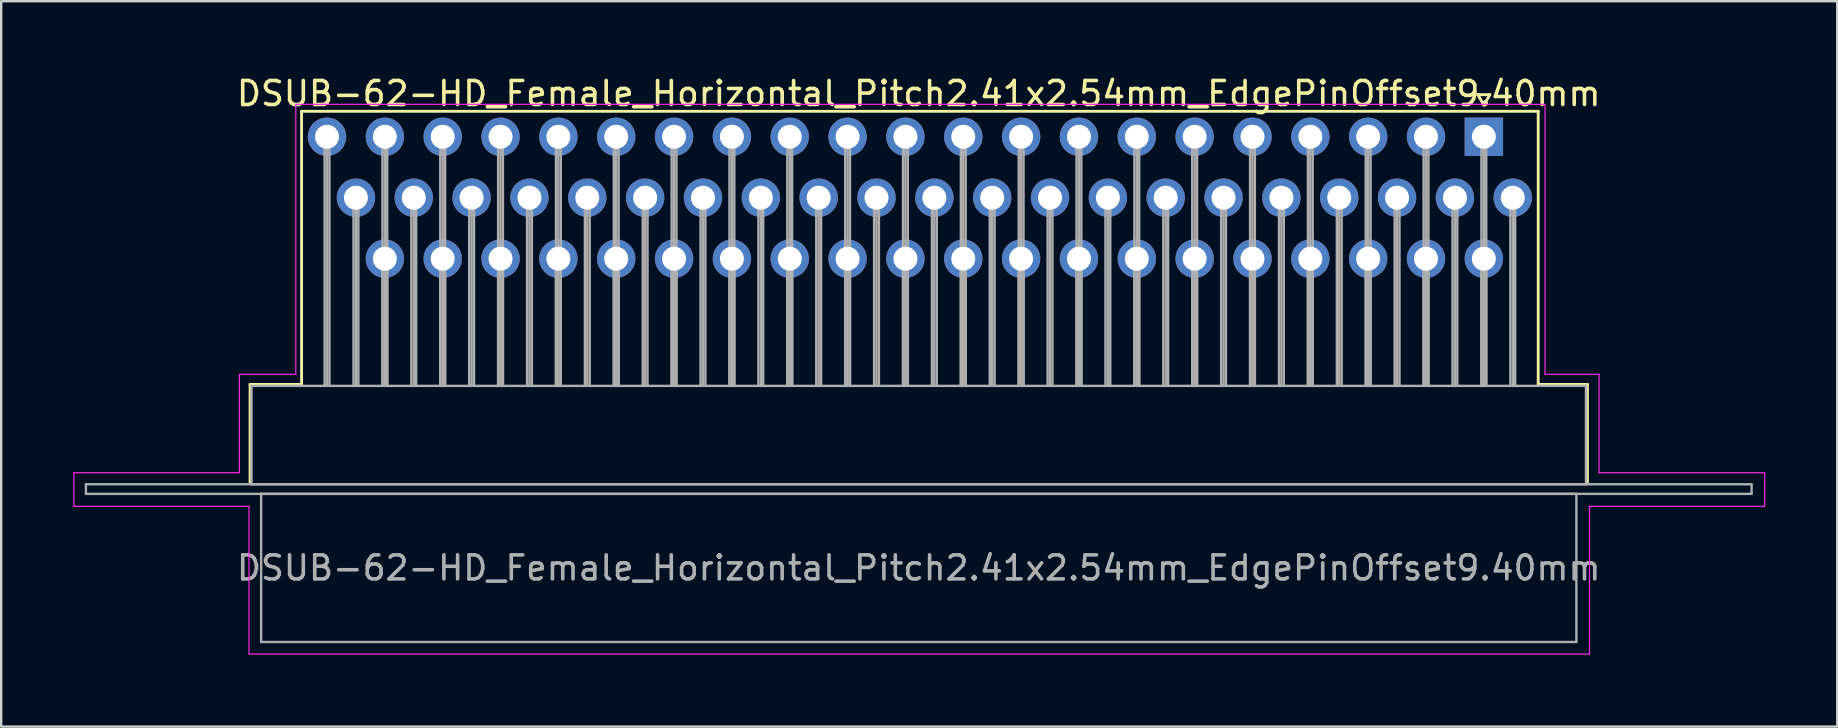
<source format=kicad_pcb>
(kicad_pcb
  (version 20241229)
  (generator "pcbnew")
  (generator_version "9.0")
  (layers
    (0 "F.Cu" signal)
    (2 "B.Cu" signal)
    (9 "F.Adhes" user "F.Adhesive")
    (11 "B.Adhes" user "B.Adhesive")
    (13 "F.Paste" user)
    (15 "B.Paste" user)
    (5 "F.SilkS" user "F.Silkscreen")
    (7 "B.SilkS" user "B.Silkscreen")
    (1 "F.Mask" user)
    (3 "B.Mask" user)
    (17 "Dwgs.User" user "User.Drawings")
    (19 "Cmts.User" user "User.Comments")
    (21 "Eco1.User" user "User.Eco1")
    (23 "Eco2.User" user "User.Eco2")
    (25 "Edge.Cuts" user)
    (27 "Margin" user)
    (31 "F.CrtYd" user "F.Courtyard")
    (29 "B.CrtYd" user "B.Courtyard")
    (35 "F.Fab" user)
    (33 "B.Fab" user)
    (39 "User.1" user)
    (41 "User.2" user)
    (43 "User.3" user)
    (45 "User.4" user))
  (footprint "DSUB-62-HD_Female_Horizontal_Pitch2.41x2.54mm_EdgePinOffset9.40mm"
    (layer "F.Cu")
    (at 58.775 2.648)
    (property "Reference" "DSUB-62-HD_Female_Horizontal_Pitch2.41x2.54mm_EdgePinOffset9.40mm" (at -23.545 -1.8 0) (layer "F.SilkS") (effects (font (size 1 1) (thickness 0.15))))
    (attr through_hole)
    (fp_line (start -51.405 10.32) (end -49.26 10.32) (stroke (width 0.12) (type solid)) (layer "F.SilkS"))
    (fp_line (start -51.405 14.42) (end -51.405 10.32) (stroke (width 0.12) (type solid)) (layer "F.SilkS"))
    (fp_line (start -49.26 -1.06) (end 2.265 -1.06) (stroke (width 0.12) (type solid)) (layer "F.SilkS"))
    (fp_line (start -49.26 10.32) (end -49.26 -1.06) (stroke (width 0.12) (type solid)) (layer "F.SilkS"))
    (fp_line (start -0.25 -1.754) (end 0.25 -1.754) (stroke (width 0.12) (type solid)) (layer "F.SilkS"))
    (fp_line (start 0 -1.321) (end -0.25 -1.754) (stroke (width 0.12) (type solid)) (layer "F.SilkS"))
    (fp_line (start 0.25 -1.754) (end 0 -1.321) (stroke (width 0.12) (type solid)) (layer "F.SilkS"))
    (fp_line (start 2.265 -1.06) (end 2.265 10.32) (stroke (width 0.12) (type solid)) (layer "F.SilkS"))
    (fp_line (start 2.265 10.32) (end 4.315 10.32) (stroke (width 0.12) (type solid)) (layer "F.SilkS"))
    (fp_line (start 4.315 10.32) (end 4.315 14.42) (stroke (width 0.12) (type solid)) (layer "F.SilkS"))
    (fp_line (start -58.75 14) (end -51.85 14) (stroke (width 0.05) (type solid)) (layer "F.CrtYd"))
    (fp_line (start -58.75 15.4) (end -58.75 14) (stroke (width 0.05) (type solid)) (layer "F.CrtYd"))
    (fp_line (start -51.85 9.9) (end -49.5 9.9) (stroke (width 0.05) (type solid)) (layer "F.CrtYd"))
    (fp_line (start -51.85 14) (end -51.85 9.9) (stroke (width 0.05) (type solid)) (layer "F.CrtYd"))
    (fp_line (start -51.45 15.4) (end -58.75 15.4) (stroke (width 0.05) (type solid)) (layer "F.CrtYd"))
    (fp_line (start -51.45 21.55) (end -51.45 15.4) (stroke (width 0.05) (type solid)) (layer "F.CrtYd"))
    (fp_line (start -49.5 -1.35) (end 2.55 -1.35) (stroke (width 0.05) (type solid)) (layer "F.CrtYd"))
    (fp_line (start -49.5 9.9) (end -49.5 -1.35) (stroke (width 0.05) (type solid)) (layer "F.CrtYd"))
    (fp_line (start 2.55 -1.35) (end 2.55 9.9) (stroke (width 0.05) (type solid)) (layer "F.CrtYd"))
    (fp_line (start 2.55 9.9) (end 4.8 9.9) (stroke (width 0.05) (type solid)) (layer "F.CrtYd"))
    (fp_line (start 4.4 15.4) (end 4.4 21.55) (stroke (width 0.05) (type solid)) (layer "F.CrtYd"))
    (fp_line (start 4.4 21.55) (end -51.45 21.55) (stroke (width 0.05) (type solid)) (layer "F.CrtYd"))
    (fp_line (start 4.8 9.9) (end 4.8 14) (stroke (width 0.05) (type solid)) (layer "F.CrtYd"))
    (fp_line (start 4.8 14) (end 11.7 14) (stroke (width 0.05) (type solid)) (layer "F.CrtYd"))
    (fp_line (start 11.7 14) (end 11.7 15.4) (stroke (width 0.05) (type solid)) (layer "F.CrtYd"))
    (fp_line (start 11.7 15.4) (end 4.4 15.4) (stroke (width 0.05) (type solid)) (layer "F.CrtYd"))
    (fp_line (start -58.245 14.48) (end -58.245 14.88) (stroke (width 0.1) (type solid)) (layer "F.Fab"))
    (fp_line (start -58.245 14.88) (end 11.155 14.88) (stroke (width 0.1) (type solid)) (layer "F.Fab"))
    (fp_line (start -51.345 10.38) (end -51.345 14.48) (stroke (width 0.1) (type solid)) (layer "F.Fab"))
    (fp_line (start -51.345 14.48) (end 4.255 14.48) (stroke (width 0.1) (type solid)) (layer "F.Fab"))
    (fp_line (start -50.945 14.88) (end -50.945 21.05) (stroke (width 0.1) (type solid)) (layer "F.Fab"))
    (fp_line (start -50.945 21.05) (end 3.855 21.05) (stroke (width 0.1) (type solid)) (layer "F.Fab"))
    (fp_line (start -48.3 0) (end -48.3 10.38) (stroke (width 0.1) (type solid)) (layer "F.Fab"))
    (fp_line (start -48.2 0) (end -48.2 10.38) (stroke (width 0.1) (type solid)) (layer "F.Fab"))
    (fp_line (start -48.1 0) (end -48.1 10.38) (stroke (width 0.1) (type solid)) (layer "F.Fab"))
    (fp_line (start -47.095 2.54) (end -47.095 10.38) (stroke (width 0.1) (type solid)) (layer "F.Fab"))
    (fp_line (start -46.995 2.54) (end -46.995 10.38) (stroke (width 0.1) (type solid)) (layer "F.Fab"))
    (fp_line (start -46.895 2.54) (end -46.895 10.38) (stroke (width 0.1) (type solid)) (layer "F.Fab"))
    (fp_line (start -45.89 0) (end -45.89 10.38) (stroke (width 0.1) (type solid)) (layer "F.Fab"))
    (fp_line (start -45.89 5.08) (end -45.89 10.38) (stroke (width 0.1) (type solid)) (layer "F.Fab"))
    (fp_line (start -45.79 0) (end -45.79 10.38) (stroke (width 0.1) (type solid)) (layer "F.Fab"))
    (fp_line (start -45.79 5.08) (end -45.79 10.38) (stroke (width 0.1) (type solid)) (layer "F.Fab"))
    (fp_line (start -45.69 0) (end -45.69 10.38) (stroke (width 0.1) (type solid)) (layer "F.Fab"))
    (fp_line (start -45.69 5.08) (end -45.69 10.38) (stroke (width 0.1) (type solid)) (layer "F.Fab"))
    (fp_line (start -44.685 2.54) (end -44.685 10.38) (stroke (width 0.1) (type solid)) (layer "F.Fab"))
    (fp_line (start -44.585 2.54) (end -44.585 10.38) (stroke (width 0.1) (type solid)) (layer "F.Fab"))
    (fp_line (start -44.485 2.54) (end -44.485 10.38) (stroke (width 0.1) (type solid)) (layer "F.Fab"))
    (fp_line (start -43.48 0) (end -43.48 10.38) (stroke (width 0.1) (type solid)) (layer "F.Fab"))
    (fp_line (start -43.48 5.08) (end -43.48 10.38) (stroke (width 0.1) (type solid)) (layer "F.Fab"))
    (fp_line (start -43.38 0) (end -43.38 10.38) (stroke (width 0.1) (type solid)) (layer "F.Fab"))
    (fp_line (start -43.38 5.08) (end -43.38 10.38) (stroke (width 0.1) (type solid)) (layer "F.Fab"))
    (fp_line (start -43.28 0) (end -43.28 10.38) (stroke (width 0.1) (type solid)) (layer "F.Fab"))
    (fp_line (start -43.28 5.08) (end -43.28 10.38) (stroke (width 0.1) (type solid)) (layer "F.Fab"))
    (fp_line (start -42.275 2.54) (end -42.275 10.38) (stroke (width 0.1) (type solid)) (layer "F.Fab"))
    (fp_line (start -42.175 2.54) (end -42.175 10.38) (stroke (width 0.1) (type solid)) (layer "F.Fab"))
    (fp_line (start -42.075 2.54) (end -42.075 10.38) (stroke (width 0.1) (type solid)) (layer "F.Fab"))
    (fp_line (start -41.07 0) (end -41.07 10.38) (stroke (width 0.1) (type solid)) (layer "F.Fab"))
    (fp_line (start -41.07 5.08) (end -41.07 10.38) (stroke (width 0.1) (type solid)) (layer "F.Fab"))
    (fp_line (start -40.97 0) (end -40.97 10.38) (stroke (width 0.1) (type solid)) (layer "F.Fab"))
    (fp_line (start -40.97 5.08) (end -40.97 10.38) (stroke (width 0.1) (type solid)) (layer "F.Fab"))
    (fp_line (start -40.87 0) (end -40.87 10.38) (stroke (width 0.1) (type solid)) (layer "F.Fab"))
    (fp_line (start -40.87 5.08) (end -40.87 10.38) (stroke (width 0.1) (type solid)) (layer "F.Fab"))
    (fp_line (start -39.865 2.54) (end -39.865 10.38) (stroke (width 0.1) (type solid)) (layer "F.Fab"))
    (fp_line (start -39.765 2.54) (end -39.765 10.38) (stroke (width 0.1) (type solid)) (layer "F.Fab"))
    (fp_line (start -39.665 2.54) (end -39.665 10.38) (stroke (width 0.1) (type solid)) (layer "F.Fab"))
    (fp_line (start -38.66 0) (end -38.66 10.38) (stroke (width 0.1) (type solid)) (layer "F.Fab"))
    (fp_line (start -38.66 5.08) (end -38.66 10.38) (stroke (width 0.1) (type solid)) (layer "F.Fab"))
    (fp_line (start -38.56 0) (end -38.56 10.38) (stroke (width 0.1) (type solid)) (layer "F.Fab"))
    (fp_line (start -38.56 5.08) (end -38.56 10.38) (stroke (width 0.1) (type solid)) (layer "F.Fab"))
    (fp_line (start -38.46 0) (end -38.46 10.38) (stroke (width 0.1) (type solid)) (layer "F.Fab"))
    (fp_line (start -38.46 5.08) (end -38.46 10.38) (stroke (width 0.1) (type solid)) (layer "F.Fab"))
    (fp_line (start -37.455 2.54) (end -37.455 10.38) (stroke (width 0.1) (type solid)) (layer "F.Fab"))
    (fp_line (start -37.355 2.54) (end -37.355 10.38) (stroke (width 0.1) (type solid)) (layer "F.Fab"))
    (fp_line (start -37.255 2.54) (end -37.255 10.38) (stroke (width 0.1) (type solid)) (layer "F.Fab"))
    (fp_line (start -36.25 0) (end -36.25 10.38) (stroke (width 0.1) (type solid)) (layer "F.Fab"))
    (fp_line (start -36.25 5.08) (end -36.25 10.38) (stroke (width 0.1) (type solid)) (layer "F.Fab"))
    (fp_line (start -36.15 0) (end -36.15 10.38) (stroke (width 0.1) (type solid)) (layer "F.Fab"))
    (fp_line (start -36.15 5.08) (end -36.15 10.38) (stroke (width 0.1) (type solid)) (layer "F.Fab"))
    (fp_line (start -36.05 0) (end -36.05 10.38) (stroke (width 0.1) (type solid)) (layer "F.Fab"))
    (fp_line (start -36.05 5.08) (end -36.05 10.38) (stroke (width 0.1) (type solid)) (layer "F.Fab"))
    (fp_line (start -35.045 2.54) (end -35.045 10.38) (stroke (width 0.1) (type solid)) (layer "F.Fab"))
    (fp_line (start -34.945 2.54) (end -34.945 10.38) (stroke (width 0.1) (type solid)) (layer "F.Fab"))
    (fp_line (start -34.845 2.54) (end -34.845 10.38) (stroke (width 0.1) (type solid)) (layer "F.Fab"))
    (fp_line (start -33.84 0) (end -33.84 10.38) (stroke (width 0.1) (type solid)) (layer "F.Fab"))
    (fp_line (start -33.84 5.08) (end -33.84 10.38) (stroke (width 0.1) (type solid)) (layer "F.Fab"))
    (fp_line (start -33.74 0) (end -33.74 10.38) (stroke (width 0.1) (type solid)) (layer "F.Fab"))
    (fp_line (start -33.74 5.08) (end -33.74 10.38) (stroke (width 0.1) (type solid)) (layer "F.Fab"))
    (fp_line (start -33.64 0) (end -33.64 10.38) (stroke (width 0.1) (type solid)) (layer "F.Fab"))
    (fp_line (start -33.64 5.08) (end -33.64 10.38) (stroke (width 0.1) (type solid)) (layer "F.Fab"))
    (fp_line (start -32.635 2.54) (end -32.635 10.38) (stroke (width 0.1) (type solid)) (layer "F.Fab"))
    (fp_line (start -32.535 2.54) (end -32.535 10.38) (stroke (width 0.1) (type solid)) (layer "F.Fab"))
    (fp_line (start -32.435 2.54) (end -32.435 10.38) (stroke (width 0.1) (type solid)) (layer "F.Fab"))
    (fp_line (start -31.43 0) (end -31.43 10.38) (stroke (width 0.1) (type solid)) (layer "F.Fab"))
    (fp_line (start -31.43 5.08) (end -31.43 10.38) (stroke (width 0.1) (type solid)) (layer "F.Fab"))
    (fp_line (start -31.33 0) (end -31.33 10.38) (stroke (width 0.1) (type solid)) (layer "F.Fab"))
    (fp_line (start -31.33 5.08) (end -31.33 10.38) (stroke (width 0.1) (type solid)) (layer "F.Fab"))
    (fp_line (start -31.23 0) (end -31.23 10.38) (stroke (width 0.1) (type solid)) (layer "F.Fab"))
    (fp_line (start -31.23 5.08) (end -31.23 10.38) (stroke (width 0.1) (type solid)) (layer "F.Fab"))
    (fp_line (start -30.225 2.54) (end -30.225 10.38) (stroke (width 0.1) (type solid)) (layer "F.Fab"))
    (fp_line (start -30.125 2.54) (end -30.125 10.38) (stroke (width 0.1) (type solid)) (layer "F.Fab"))
    (fp_line (start -30.025 2.54) (end -30.025 10.38) (stroke (width 0.1) (type solid)) (layer "F.Fab"))
    (fp_line (start -29.02 0) (end -29.02 10.38) (stroke (width 0.1) (type solid)) (layer "F.Fab"))
    (fp_line (start -29.02 5.08) (end -29.02 10.38) (stroke (width 0.1) (type solid)) (layer "F.Fab"))
    (fp_line (start -28.92 0) (end -28.92 10.38) (stroke (width 0.1) (type solid)) (layer "F.Fab"))
    (fp_line (start -28.92 5.08) (end -28.92 10.38) (stroke (width 0.1) (type solid)) (layer "F.Fab"))
    (fp_line (start -28.82 0) (end -28.82 10.38) (stroke (width 0.1) (type solid)) (layer "F.Fab"))
    (fp_line (start -28.82 5.08) (end -28.82 10.38) (stroke (width 0.1) (type solid)) (layer "F.Fab"))
    (fp_line (start -27.815 2.54) (end -27.815 10.38) (stroke (width 0.1) (type solid)) (layer "F.Fab"))
    (fp_line (start -27.715 2.54) (end -27.715 10.38) (stroke (width 0.1) (type solid)) (layer "F.Fab"))
    (fp_line (start -27.615 2.54) (end -27.615 10.38) (stroke (width 0.1) (type solid)) (layer "F.Fab"))
    (fp_line (start -26.61 0) (end -26.61 10.38) (stroke (width 0.1) (type solid)) (layer "F.Fab"))
    (fp_line (start -26.61 5.08) (end -26.61 10.38) (stroke (width 0.1) (type solid)) (layer "F.Fab"))
    (fp_line (start -26.51 0) (end -26.51 10.38) (stroke (width 0.1) (type solid)) (layer "F.Fab"))
    (fp_line (start -26.51 5.08) (end -26.51 10.38) (stroke (width 0.1) (type solid)) (layer "F.Fab"))
    (fp_line (start -26.41 0) (end -26.41 10.38) (stroke (width 0.1) (type solid)) (layer "F.Fab"))
    (fp_line (start -26.41 5.08) (end -26.41 10.38) (stroke (width 0.1) (type solid)) (layer "F.Fab"))
    (fp_line (start -25.405 2.54) (end -25.405 10.38) (stroke (width 0.1) (type solid)) (layer "F.Fab"))
    (fp_line (start -25.305 2.54) (end -25.305 10.38) (stroke (width 0.1) (type solid)) (layer "F.Fab"))
    (fp_line (start -25.205 2.54) (end -25.205 10.38) (stroke (width 0.1) (type solid)) (layer "F.Fab"))
    (fp_line (start -24.2 0) (end -24.2 10.38) (stroke (width 0.1) (type solid)) (layer "F.Fab"))
    (fp_line (start -24.2 5.08) (end -24.2 10.38) (stroke (width 0.1) (type solid)) (layer "F.Fab"))
    (fp_line (start -24.1 0) (end -24.1 10.38) (stroke (width 0.1) (type solid)) (layer "F.Fab"))
    (fp_line (start -24.1 5.08) (end -24.1 10.38) (stroke (width 0.1) (type solid)) (layer "F.Fab"))
    (fp_line (start -24 0) (end -24 10.38) (stroke (width 0.1) (type solid)) (layer "F.Fab"))
    (fp_line (start -24 5.08) (end -24 10.38) (stroke (width 0.1) (type solid)) (layer "F.Fab"))
    (fp_line (start -22.995 2.54) (end -22.995 10.38) (stroke (width 0.1) (type solid)) (layer "F.Fab"))
    (fp_line (start -22.895 2.54) (end -22.895 10.38) (stroke (width 0.1) (type solid)) (layer "F.Fab"))
    (fp_line (start -22.795 2.54) (end -22.795 10.38) (stroke (width 0.1) (type solid)) (layer "F.Fab"))
    (fp_line (start -21.79 0) (end -21.79 10.38) (stroke (width 0.1) (type solid)) (layer "F.Fab"))
    (fp_line (start -21.79 5.08) (end -21.79 10.38) (stroke (width 0.1) (type solid)) (layer "F.Fab"))
    (fp_line (start -21.69 0) (end -21.69 10.38) (stroke (width 0.1) (type solid)) (layer "F.Fab"))
    (fp_line (start -21.69 5.08) (end -21.69 10.38) (stroke (width 0.1) (type solid)) (layer "F.Fab"))
    (fp_line (start -21.59 0) (end -21.59 10.38) (stroke (width 0.1) (type solid)) (layer "F.Fab"))
    (fp_line (start -21.59 5.08) (end -21.59 10.38) (stroke (width 0.1) (type solid)) (layer "F.Fab"))
    (fp_line (start -20.585 2.54) (end -20.585 10.38) (stroke (width 0.1) (type solid)) (layer "F.Fab"))
    (fp_line (start -20.485 2.54) (end -20.485 10.38) (stroke (width 0.1) (type solid)) (layer "F.Fab"))
    (fp_line (start -20.385 2.54) (end -20.385 10.38) (stroke (width 0.1) (type solid)) (layer "F.Fab"))
    (fp_line (start -19.38 0) (end -19.38 10.38) (stroke (width 0.1) (type solid)) (layer "F.Fab"))
    (fp_line (start -19.38 5.08) (end -19.38 10.38) (stroke (width 0.1) (type solid)) (layer "F.Fab"))
    (fp_line (start -19.28 0) (end -19.28 10.38) (stroke (width 0.1) (type solid)) (layer "F.Fab"))
    (fp_line (start -19.28 5.08) (end -19.28 10.38) (stroke (width 0.1) (type solid)) (layer "F.Fab"))
    (fp_line (start -19.18 0) (end -19.18 10.38) (stroke (width 0.1) (type solid)) (layer "F.Fab"))
    (fp_line (start -19.18 5.08) (end -19.18 10.38) (stroke (width 0.1) (type solid)) (layer "F.Fab"))
    (fp_line (start -18.175 2.54) (end -18.175 10.38) (stroke (width 0.1) (type solid)) (layer "F.Fab"))
    (fp_line (start -18.075 2.54) (end -18.075 10.38) (stroke (width 0.1) (type solid)) (layer "F.Fab"))
    (fp_line (start -17.975 2.54) (end -17.975 10.38) (stroke (width 0.1) (type solid)) (layer "F.Fab"))
    (fp_line (start -16.97 0) (end -16.97 10.38) (stroke (width 0.1) (type solid)) (layer "F.Fab"))
    (fp_line (start -16.97 5.08) (end -16.97 10.38) (stroke (width 0.1) (type solid)) (layer "F.Fab"))
    (fp_line (start -16.87 0) (end -16.87 10.38) (stroke (width 0.1) (type solid)) (layer "F.Fab"))
    (fp_line (start -16.87 5.08) (end -16.87 10.38) (stroke (width 0.1) (type solid)) (layer "F.Fab"))
    (fp_line (start -16.77 0) (end -16.77 10.38) (stroke (width 0.1) (type solid)) (layer "F.Fab"))
    (fp_line (start -16.77 5.08) (end -16.77 10.38) (stroke (width 0.1) (type solid)) (layer "F.Fab"))
    (fp_line (start -15.765 2.54) (end -15.765 10.38) (stroke (width 0.1) (type solid)) (layer "F.Fab"))
    (fp_line (start -15.665 2.54) (end -15.665 10.38) (stroke (width 0.1) (type solid)) (layer "F.Fab"))
    (fp_line (start -15.565 2.54) (end -15.565 10.38) (stroke (width 0.1) (type solid)) (layer "F.Fab"))
    (fp_line (start -14.56 0) (end -14.56 10.38) (stroke (width 0.1) (type solid)) (layer "F.Fab"))
    (fp_line (start -14.56 5.08) (end -14.56 10.38) (stroke (width 0.1) (type solid)) (layer "F.Fab"))
    (fp_line (start -14.46 0) (end -14.46 10.38) (stroke (width 0.1) (type solid)) (layer "F.Fab"))
    (fp_line (start -14.46 5.08) (end -14.46 10.38) (stroke (width 0.1) (type solid)) (layer "F.Fab"))
    (fp_line (start -14.36 0) (end -14.36 10.38) (stroke (width 0.1) (type solid)) (layer "F.Fab"))
    (fp_line (start -14.36 5.08) (end -14.36 10.38) (stroke (width 0.1) (type solid)) (layer "F.Fab"))
    (fp_line (start -13.355 2.54) (end -13.355 10.38) (stroke (width 0.1) (type solid)) (layer "F.Fab"))
    (fp_line (start -13.255 2.54) (end -13.255 10.38) (stroke (width 0.1) (type solid)) (layer "F.Fab"))
    (fp_line (start -13.155 2.54) (end -13.155 10.38) (stroke (width 0.1) (type solid)) (layer "F.Fab"))
    (fp_line (start -12.15 0) (end -12.15 10.38) (stroke (width 0.1) (type solid)) (layer "F.Fab"))
    (fp_line (start -12.15 5.08) (end -12.15 10.38) (stroke (width 0.1) (type solid)) (layer "F.Fab"))
    (fp_line (start -12.05 0) (end -12.05 10.38) (stroke (width 0.1) (type solid)) (layer "F.Fab"))
    (fp_line (start -12.05 5.08) (end -12.05 10.38) (stroke (width 0.1) (type solid)) (layer "F.Fab"))
    (fp_line (start -11.95 0) (end -11.95 10.38) (stroke (width 0.1) (type solid)) (layer "F.Fab"))
    (fp_line (start -11.95 5.08) (end -11.95 10.38) (stroke (width 0.1) (type solid)) (layer "F.Fab"))
    (fp_line (start -10.945 2.54) (end -10.945 10.38) (stroke (width 0.1) (type solid)) (layer "F.Fab"))
    (fp_line (start -10.845 2.54) (end -10.845 10.38) (stroke (width 0.1) (type solid)) (layer "F.Fab"))
    (fp_line (start -10.745 2.54) (end -10.745 10.38) (stroke (width 0.1) (type solid)) (layer "F.Fab"))
    (fp_line (start -9.74 0) (end -9.74 10.38) (stroke (width 0.1) (type solid)) (layer "F.Fab"))
    (fp_line (start -9.74 5.08) (end -9.74 10.38) (stroke (width 0.1) (type solid)) (layer "F.Fab"))
    (fp_line (start -9.64 0) (end -9.64 10.38) (stroke (width 0.1) (type solid)) (layer "F.Fab"))
    (fp_line (start -9.64 5.08) (end -9.64 10.38) (stroke (width 0.1) (type solid)) (layer "F.Fab"))
    (fp_line (start -9.54 0) (end -9.54 10.38) (stroke (width 0.1) (type solid)) (layer "F.Fab"))
    (fp_line (start -9.54 5.08) (end -9.54 10.38) (stroke (width 0.1) (type solid)) (layer "F.Fab"))
    (fp_line (start -8.535 2.54) (end -8.535 10.38) (stroke (width 0.1) (type solid)) (layer "F.Fab"))
    (fp_line (start -8.435 2.54) (end -8.435 10.38) (stroke (width 0.1) (type solid)) (layer "F.Fab"))
    (fp_line (start -8.335 2.54) (end -8.335 10.38) (stroke (width 0.1) (type solid)) (layer "F.Fab"))
    (fp_line (start -7.33 0) (end -7.33 10.38) (stroke (width 0.1) (type solid)) (layer "F.Fab"))
    (fp_line (start -7.33 5.08) (end -7.33 10.38) (stroke (width 0.1) (type solid)) (layer "F.Fab"))
    (fp_line (start -7.23 0) (end -7.23 10.38) (stroke (width 0.1) (type solid)) (layer "F.Fab"))
    (fp_line (start -7.23 5.08) (end -7.23 10.38) (stroke (width 0.1) (type solid)) (layer "F.Fab"))
    (fp_line (start -7.13 0) (end -7.13 10.38) (stroke (width 0.1) (type solid)) (layer "F.Fab"))
    (fp_line (start -7.13 5.08) (end -7.13 10.38) (stroke (width 0.1) (type solid)) (layer "F.Fab"))
    (fp_line (start -6.125 2.54) (end -6.125 10.38) (stroke (width 0.1) (type solid)) (layer "F.Fab"))
    (fp_line (start -6.025 2.54) (end -6.025 10.38) (stroke (width 0.1) (type solid)) (layer "F.Fab"))
    (fp_line (start -5.925 2.54) (end -5.925 10.38) (stroke (width 0.1) (type solid)) (layer "F.Fab"))
    (fp_line (start -4.92 0) (end -4.92 10.38) (stroke (width 0.1) (type solid)) (layer "F.Fab"))
    (fp_line (start -4.92 5.08) (end -4.92 10.38) (stroke (width 0.1) (type solid)) (layer "F.Fab"))
    (fp_line (start -4.82 0) (end -4.82 10.38) (stroke (width 0.1) (type solid)) (layer "F.Fab"))
    (fp_line (start -4.82 5.08) (end -4.82 10.38) (stroke (width 0.1) (type solid)) (layer "F.Fab"))
    (fp_line (start -4.72 0) (end -4.72 10.38) (stroke (width 0.1) (type solid)) (layer "F.Fab"))
    (fp_line (start -4.72 5.08) (end -4.72 10.38) (stroke (width 0.1) (type solid)) (layer "F.Fab"))
    (fp_line (start -3.715 2.54) (end -3.715 10.38) (stroke (width 0.1) (type solid)) (layer "F.Fab"))
    (fp_line (start -3.615 2.54) (end -3.615 10.38) (stroke (width 0.1) (type solid)) (layer "F.Fab"))
    (fp_line (start -3.515 2.54) (end -3.515 10.38) (stroke (width 0.1) (type solid)) (layer "F.Fab"))
    (fp_line (start -2.51 0) (end -2.51 10.38) (stroke (width 0.1) (type solid)) (layer "F.Fab"))
    (fp_line (start -2.51 5.08) (end -2.51 10.38) (stroke (width 0.1) (type solid)) (layer "F.Fab"))
    (fp_line (start -2.41 0) (end -2.41 10.38) (stroke (width 0.1) (type solid)) (layer "F.Fab"))
    (fp_line (start -2.41 5.08) (end -2.41 10.38) (stroke (width 0.1) (type solid)) (layer "F.Fab"))
    (fp_line (start -2.31 0) (end -2.31 10.38) (stroke (width 0.1) (type solid)) (layer "F.Fab"))
    (fp_line (start -2.31 5.08) (end -2.31 10.38) (stroke (width 0.1) (type solid)) (layer "F.Fab"))
    (fp_line (start -1.305 2.54) (end -1.305 10.38) (stroke (width 0.1) (type solid)) (layer "F.Fab"))
    (fp_line (start -1.205 2.54) (end -1.205 10.38) (stroke (width 0.1) (type solid)) (layer "F.Fab"))
    (fp_line (start -1.105 2.54) (end -1.105 10.38) (stroke (width 0.1) (type solid)) (layer "F.Fab"))
    (fp_line (start -0.1 0) (end -0.1 10.38) (stroke (width 0.1) (type solid)) (layer "F.Fab"))
    (fp_line (start -0.1 5.08) (end -0.1 10.38) (stroke (width 0.1) (type solid)) (layer "F.Fab"))
    (fp_line (start 0 0) (end 0 10.38) (stroke (width 0.1) (type solid)) (layer "F.Fab"))
    (fp_line (start 0 5.08) (end 0 10.38) (stroke (width 0.1) (type solid)) (layer "F.Fab"))
    (fp_line (start 0.1 0) (end 0.1 10.38) (stroke (width 0.1) (type solid)) (layer "F.Fab"))
    (fp_line (start 0.1 5.08) (end 0.1 10.38) (stroke (width 0.1) (type solid)) (layer "F.Fab"))
    (fp_line (start 1.105 2.54) (end 1.105 10.38) (stroke (width 0.1) (type solid)) (layer "F.Fab"))
    (fp_line (start 1.205 2.54) (end 1.205 10.38) (stroke (width 0.1) (type solid)) (layer "F.Fab"))
    (fp_line (start 1.305 2.54) (end 1.305 10.38) (stroke (width 0.1) (type solid)) (layer "F.Fab"))
    (fp_line (start 3.855 14.88) (end -50.945 14.88) (stroke (width 0.1) (type solid)) (layer "F.Fab"))
    (fp_line (start 3.855 21.05) (end 3.855 14.88) (stroke (width 0.1) (type solid)) (layer "F.Fab"))
    (fp_line (start 4.255 10.38) (end -51.345 10.38) (stroke (width 0.1) (type solid)) (layer "F.Fab"))
    (fp_line (start 4.255 14.48) (end 4.255 10.38) (stroke (width 0.1) (type solid)) (layer "F.Fab"))
    (fp_line (start 11.155 14.48) (end -58.245 14.48) (stroke (width 0.1) (type solid)) (layer "F.Fab"))
    (fp_line (start 11.155 14.88) (end 11.155 14.48) (stroke (width 0.1) (type solid)) (layer "F.Fab"))
    (fp_text user "${REFERENCE}" (at -23.545 17.965 0) (layer "F.Fab") (effects (font (size 1 1) (thickness 0.15))))
    (pad "1" thru_hole rect (at 0 0) (size 1.6 1.6) (drill 1) (layers "*.Cu" "*.Mask"))
    (pad "2" thru_hole circle (at -2.41 0) (size 1.6 1.6) (drill 1) (layers "*.Cu" "*.Mask"))
    (pad "3" thru_hole circle (at -4.82 0) (size 1.6 1.6) (drill 1) (layers "*.Cu" "*.Mask"))
    (pad "4" thru_hole circle (at -7.23 0) (size 1.6 1.6) (drill 1) (layers "*.Cu" "*.Mask"))
    (pad "5" thru_hole circle (at -9.64 0) (size 1.6 1.6) (drill 1) (layers "*.Cu" "*.Mask"))
    (pad "6" thru_hole circle (at -12.05 0) (size 1.6 1.6) (drill 1) (layers "*.Cu" "*.Mask"))
    (pad "7" thru_hole circle (at -14.46 0) (size 1.6 1.6) (drill 1) (layers "*.Cu" "*.Mask"))
    (pad "8" thru_hole circle (at -16.87 0) (size 1.6 1.6) (drill 1) (layers "*.Cu" "*.Mask"))
    (pad "9" thru_hole circle (at -19.28 0) (size 1.6 1.6) (drill 1) (layers "*.Cu" "*.Mask"))
    (pad "10" thru_hole circle (at -21.69 0) (size 1.6 1.6) (drill 1) (layers "*.Cu" "*.Mask"))
    (pad "11" thru_hole circle (at -24.1 0) (size 1.6 1.6) (drill 1) (layers "*.Cu" "*.Mask"))
    (pad "12" thru_hole circle (at -26.51 0) (size 1.6 1.6) (drill 1) (layers "*.Cu" "*.Mask"))
    (pad "13" thru_hole circle (at -28.92 0) (size 1.6 1.6) (drill 1) (layers "*.Cu" "*.Mask"))
    (pad "14" thru_hole circle (at -31.33 0) (size 1.6 1.6) (drill 1) (layers "*.Cu" "*.Mask"))
    (pad "15" thru_hole circle (at -33.74 0) (size 1.6 1.6) (drill 1) (layers "*.Cu" "*.Mask"))
    (pad "16" thru_hole circle (at -36.15 0) (size 1.6 1.6) (drill 1) (layers "*.Cu" "*.Mask"))
    (pad "17" thru_hole circle (at -38.56 0) (size 1.6 1.6) (drill 1) (layers "*.Cu" "*.Mask"))
    (pad "18" thru_hole circle (at -40.97 0) (size 1.6 1.6) (drill 1) (layers "*.Cu" "*.Mask"))
    (pad "19" thru_hole circle (at -43.38 0) (size 1.6 1.6) (drill 1) (layers "*.Cu" "*.Mask"))
    (pad "20" thru_hole circle (at -45.79 0) (size 1.6 1.6) (drill 1) (layers "*.Cu" "*.Mask"))
    (pad "21" thru_hole circle (at -48.2 0) (size 1.6 1.6) (drill 1) (layers "*.Cu" "*.Mask"))
    (pad "22" thru_hole circle (at 1.205 2.54) (size 1.6 1.6) (drill 1) (layers "*.Cu" "*.Mask"))
    (pad "23" thru_hole circle (at -1.205 2.54) (size 1.6 1.6) (drill 1) (layers "*.Cu" "*.Mask"))
    (pad "24" thru_hole circle (at -3.615 2.54) (size 1.6 1.6) (drill 1) (layers "*.Cu" "*.Mask"))
    (pad "25" thru_hole circle (at -6.025 2.54) (size 1.6 1.6) (drill 1) (layers "*.Cu" "*.Mask"))
    (pad "26" thru_hole circle (at -8.435 2.54) (size 1.6 1.6) (drill 1) (layers "*.Cu" "*.Mask"))
    (pad "27" thru_hole circle (at -10.845 2.54) (size 1.6 1.6) (drill 1) (layers "*.Cu" "*.Mask"))
    (pad "28" thru_hole circle (at -13.255 2.54) (size 1.6 1.6) (drill 1) (layers "*.Cu" "*.Mask"))
    (pad "29" thru_hole circle (at -15.665 2.54) (size 1.6 1.6) (drill 1) (layers "*.Cu" "*.Mask"))
    (pad "30" thru_hole circle (at -18.075 2.54) (size 1.6 1.6) (drill 1) (layers "*.Cu" "*.Mask"))
    (pad "31" thru_hole circle (at -20.485 2.54) (size 1.6 1.6) (drill 1) (layers "*.Cu" "*.Mask"))
    (pad "32" thru_hole circle (at -22.895 2.54) (size 1.6 1.6) (drill 1) (layers "*.Cu" "*.Mask"))
    (pad "33" thru_hole circle (at -25.305 2.54) (size 1.6 1.6) (drill 1) (layers "*.Cu" "*.Mask"))
    (pad "34" thru_hole circle (at -27.715 2.54) (size 1.6 1.6) (drill 1) (layers "*.Cu" "*.Mask"))
    (pad "35" thru_hole circle (at -30.125 2.54) (size 1.6 1.6) (drill 1) (layers "*.Cu" "*.Mask"))
    (pad "36" thru_hole circle (at -32.535 2.54) (size 1.6 1.6) (drill 1) (layers "*.Cu" "*.Mask"))
    (pad "37" thru_hole circle (at -34.945 2.54) (size 1.6 1.6) (drill 1) (layers "*.Cu" "*.Mask"))
    (pad "38" thru_hole circle (at -37.355 2.54) (size 1.6 1.6) (drill 1) (layers "*.Cu" "*.Mask"))
    (pad "39" thru_hole circle (at -39.765 2.54) (size 1.6 1.6) (drill 1) (layers "*.Cu" "*.Mask"))
    (pad "40" thru_hole circle (at -42.175 2.54) (size 1.6 1.6) (drill 1) (layers "*.Cu" "*.Mask"))
    (pad "41" thru_hole circle (at -44.585 2.54) (size 1.6 1.6) (drill 1) (layers "*.Cu" "*.Mask"))
    (pad "42" thru_hole circle (at -46.995 2.54) (size 1.6 1.6) (drill 1) (layers "*.Cu" "*.Mask"))
    (pad "43" thru_hole circle (at 0 5.08) (size 1.6 1.6) (drill 1) (layers "*.Cu" "*.Mask"))
    (pad "44" thru_hole circle (at -2.41 5.08) (size 1.6 1.6) (drill 1) (layers "*.Cu" "*.Mask"))
    (pad "45" thru_hole circle (at -4.82 5.08) (size 1.6 1.6) (drill 1) (layers "*.Cu" "*.Mask"))
    (pad "46" thru_hole circle (at -7.23 5.08) (size 1.6 1.6) (drill 1) (layers "*.Cu" "*.Mask"))
    (pad "47" thru_hole circle (at -9.64 5.08) (size 1.6 1.6) (drill 1) (layers "*.Cu" "*.Mask"))
    (pad "48" thru_hole circle (at -12.05 5.08) (size 1.6 1.6) (drill 1) (layers "*.Cu" "*.Mask"))
    (pad "49" thru_hole circle (at -14.46 5.08) (size 1.6 1.6) (drill 1) (layers "*.Cu" "*.Mask"))
    (pad "50" thru_hole circle (at -16.87 5.08) (size 1.6 1.6) (drill 1) (layers "*.Cu" "*.Mask"))
    (pad "51" thru_hole circle (at -19.28 5.08) (size 1.6 1.6) (drill 1) (layers "*.Cu" "*.Mask"))
    (pad "52" thru_hole circle (at -21.69 5.08) (size 1.6 1.6) (drill 1) (layers "*.Cu" "*.Mask"))
    (pad "53" thru_hole circle (at -24.1 5.08) (size 1.6 1.6) (drill 1) (layers "*.Cu" "*.Mask"))
    (pad "54" thru_hole circle (at -26.51 5.08) (size 1.6 1.6) (drill 1) (layers "*.Cu" "*.Mask"))
    (pad "55" thru_hole circle (at -28.92 5.08) (size 1.6 1.6) (drill 1) (layers "*.Cu" "*.Mask"))
    (pad "56" thru_hole circle (at -31.33 5.08) (size 1.6 1.6) (drill 1) (layers "*.Cu" "*.Mask"))
    (pad "57" thru_hole circle (at -33.74 5.08) (size 1.6 1.6) (drill 1) (layers "*.Cu" "*.Mask"))
    (pad "58" thru_hole circle (at -36.15 5.08) (size 1.6 1.6) (drill 1) (layers "*.Cu" "*.Mask"))
    (pad "59" thru_hole circle (at -38.56 5.08) (size 1.6 1.6) (drill 1) (layers "*.Cu" "*.Mask"))
    (pad "60" thru_hole circle (at -40.97 5.08) (size 1.6 1.6) (drill 1) (layers "*.Cu" "*.Mask"))
    (pad "61" thru_hole circle (at -43.38 5.08) (size 1.6 1.6) (drill 1) (layers "*.Cu" "*.Mask"))
    (pad "62" thru_hole circle (at -45.79 5.08) (size 1.6 1.6) (drill 1) (layers "*.Cu" "*.Mask")))
  (gr_rect
    (start -3 -3)
    (end 73.5 27.223)
    (stroke (width 0.1) (type default))
    (fill no)
    (layer "Edge.Cuts")))
</source>
